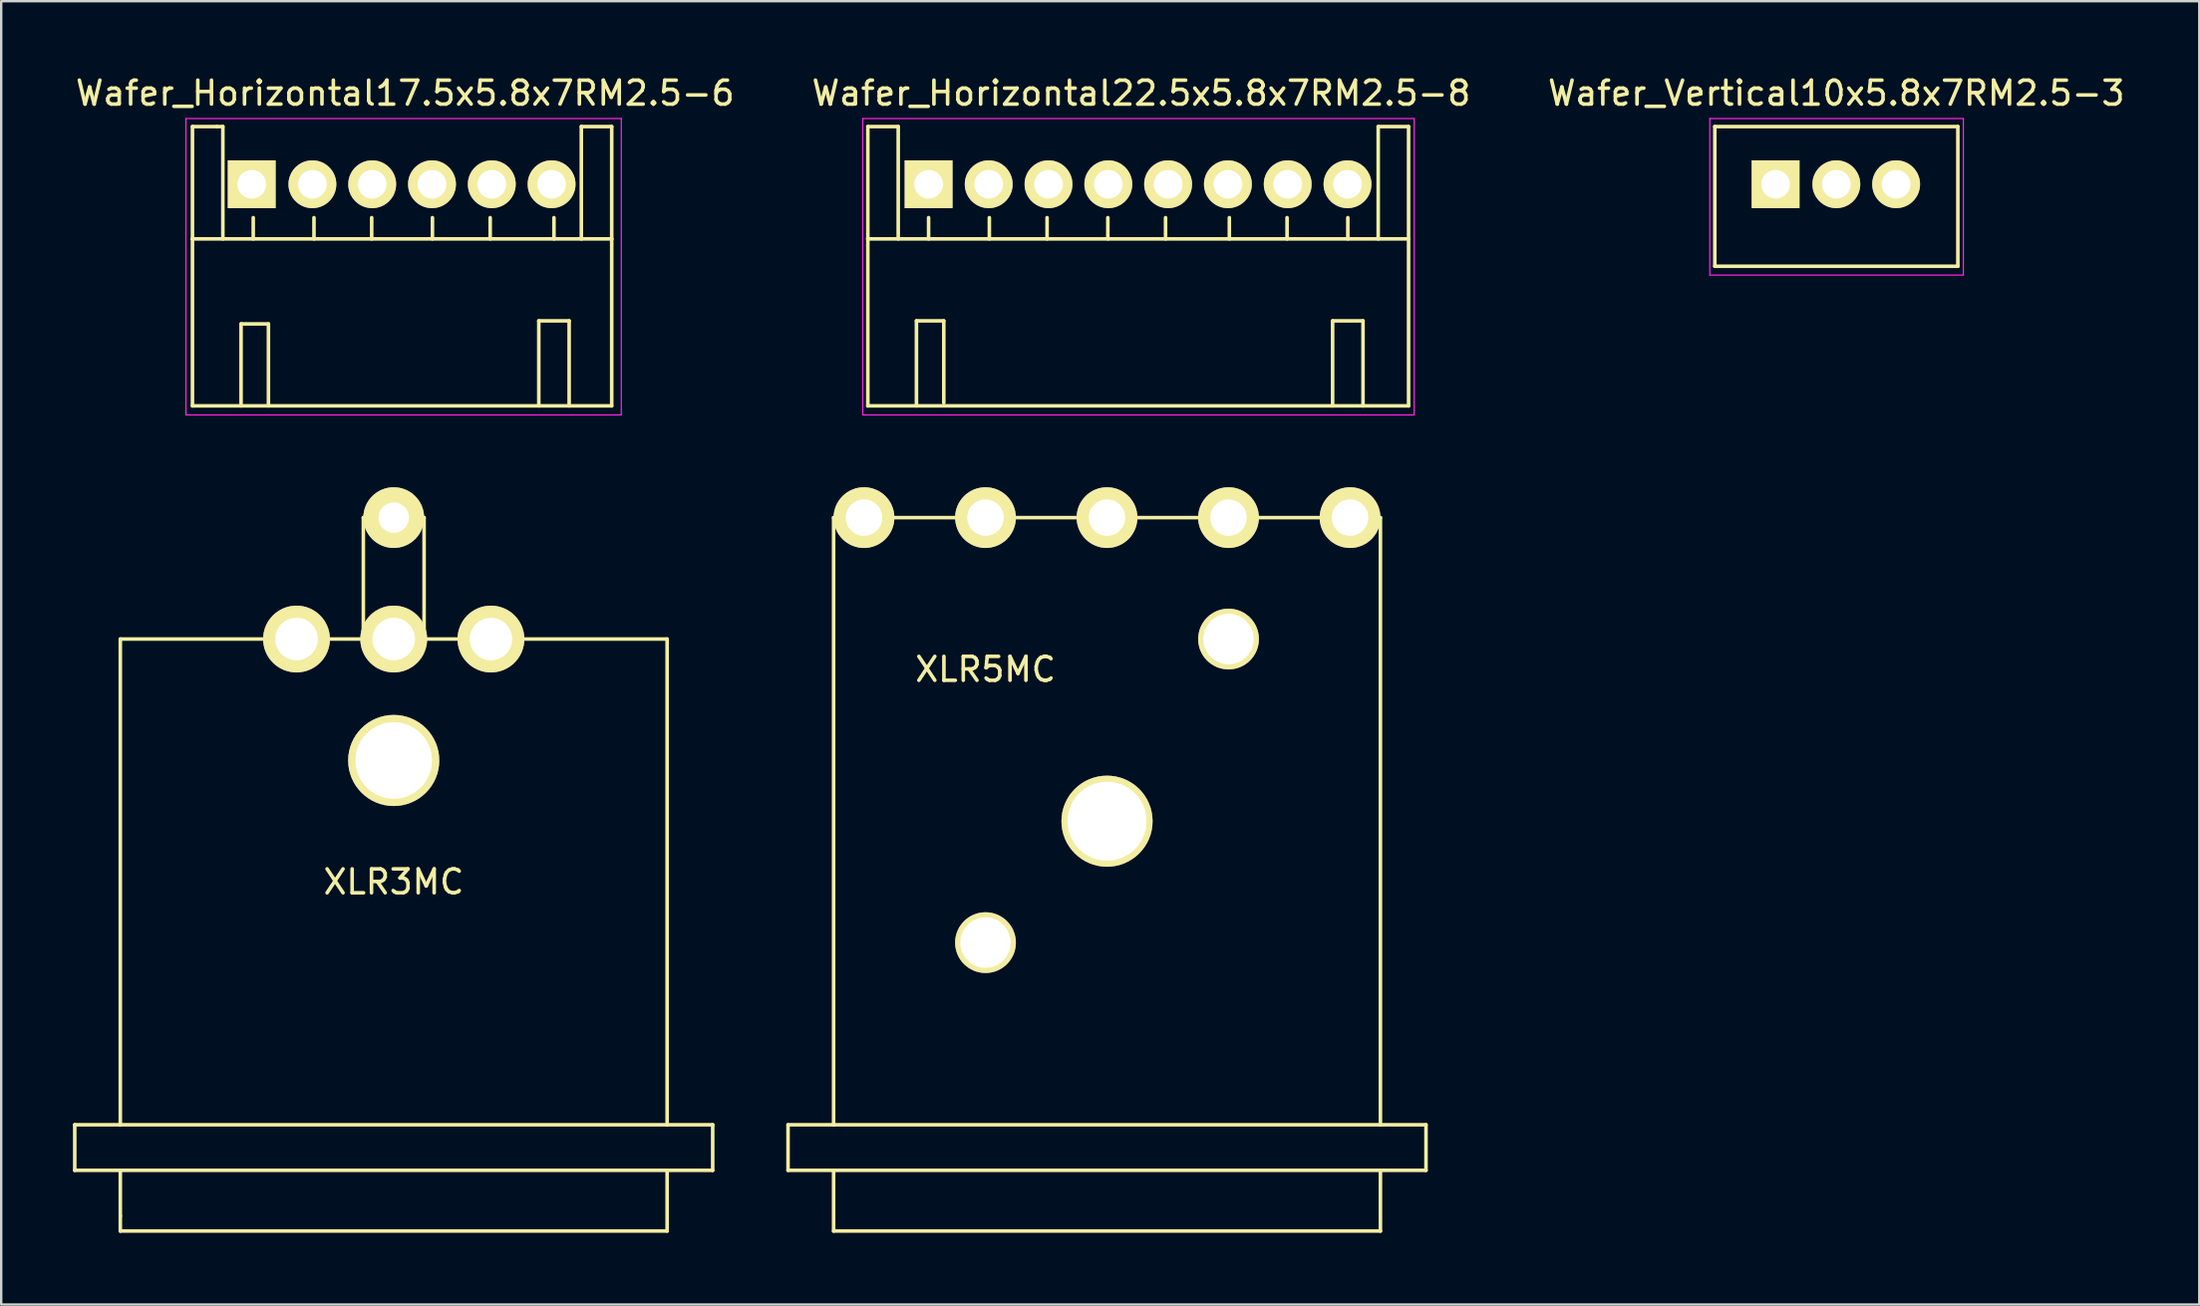
<source format=kicad_pcb>
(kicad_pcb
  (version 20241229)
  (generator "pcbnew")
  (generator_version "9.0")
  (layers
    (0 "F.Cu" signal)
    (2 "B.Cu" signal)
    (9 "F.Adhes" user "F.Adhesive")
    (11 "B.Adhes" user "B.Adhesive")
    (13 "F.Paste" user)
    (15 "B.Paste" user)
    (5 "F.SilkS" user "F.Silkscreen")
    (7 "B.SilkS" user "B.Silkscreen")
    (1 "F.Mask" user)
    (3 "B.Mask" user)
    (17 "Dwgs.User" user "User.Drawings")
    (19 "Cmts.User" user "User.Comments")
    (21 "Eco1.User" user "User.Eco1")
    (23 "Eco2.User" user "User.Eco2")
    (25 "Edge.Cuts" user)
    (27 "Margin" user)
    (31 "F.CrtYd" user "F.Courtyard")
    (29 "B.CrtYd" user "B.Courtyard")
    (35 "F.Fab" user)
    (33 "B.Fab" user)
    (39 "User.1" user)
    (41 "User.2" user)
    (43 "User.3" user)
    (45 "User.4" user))
  (footprint "Wafer_Vertical10x5.8x7RM2.5-3"
    (layer "F.Cu")
    (at 71.18 4.658)
    (property "Reference" "Wafer_Vertical10x5.8x7RM2.5-3" (at 2.54 -3.81 0) (layer "F.SilkS") (effects (font (size 1 1) (thickness 0.15))))
    (attr through_hole)
    (fp_line (start -2.54 -2.413) (end -2.54 3.429) (stroke (width 0.15) (type solid)) (layer "F.SilkS"))
    (fp_line (start -2.54 -2.413) (end 7.62 -2.413) (stroke (width 0.15) (type solid)) (layer "F.SilkS"))
    (fp_line (start 7.62 -2.413) (end 7.62 3.429) (stroke (width 0.15) (type solid)) (layer "F.SilkS"))
    (fp_line (start 7.62 3.429) (end -2.54 3.429) (stroke (width 0.15) (type solid)) (layer "F.SilkS"))
    (fp_line (start -2.75 -2.75) (end 7.85 -2.75) (stroke (width 0.05) (type solid)) (layer "F.CrtYd"))
    (fp_line (start -2.75 3.8) (end -2.75 -2.75) (stroke (width 0.05) (type solid)) (layer "F.CrtYd"))
    (fp_line (start 7.85 -2.75) (end 7.85 3.8) (stroke (width 0.05) (type solid)) (layer "F.CrtYd"))
    (fp_line (start 7.85 3.8) (end -2.75 3.8) (stroke (width 0.05) (type solid)) (layer "F.CrtYd"))
    (pad "1" thru_hole rect (at 0 0) (size 2 2) (drill 1.2) (layers "*.Cu" "*.Mask" "F.SilkS"))
    (pad "2" thru_hole circle (at 2.54 0) (size 2 2) (drill 1.2) (layers "*.Cu" "*.Mask" "F.SilkS"))
    (pad "3" thru_hole circle (at 5.04 0) (size 2 2) (drill 1.2) (layers "*.Cu" "*.Mask" "F.SilkS")))
  (footprint "XLR3MC"
    (layer "F.Cu")
    (at 13.41 23.683)
    (property "Reference" "XLR3MC" (at 0 10.16 0) (layer "F.SilkS") (effects (font (size 1 1) (thickness 0.15))))
    (attr through_hole)
    (fp_line (start -13.335 20.32) (end -13.335 22.225) (stroke (width 0.15) (type solid)) (layer "F.SilkS"))
    (fp_line (start -13.335 22.225) (end 13.335 22.225) (stroke (width 0.15) (type solid)) (layer "F.SilkS"))
    (fp_line (start -11.43 0) (end -11.43 20.32) (stroke (width 0.15) (type solid)) (layer "F.SilkS"))
    (fp_line (start -11.43 0) (end 11.43 0) (stroke (width 0.15) (type solid)) (layer "F.SilkS"))
    (fp_line (start -11.43 22.225) (end -11.43 24.13) (stroke (width 0.15) (type solid)) (layer "F.SilkS"))
    (fp_line (start -11.43 24.13) (end -11.43 24.765) (stroke (width 0.15) (type solid)) (layer "F.SilkS"))
    (fp_line (start -11.43 24.765) (end 11.43 24.765) (stroke (width 0.15) (type solid)) (layer "F.SilkS"))
    (fp_line (start -1.27 -5.08) (end 1.27 -5.08) (stroke (width 0.15) (type solid)) (layer "F.SilkS"))
    (fp_line (start -1.27 0) (end -1.27 -5.08) (stroke (width 0.15) (type solid)) (layer "F.SilkS"))
    (fp_line (start 1.27 -5.08) (end 1.27 0) (stroke (width 0.15) (type solid)) (layer "F.SilkS"))
    (fp_line (start 11.43 0) (end 11.43 20.32) (stroke (width 0.15) (type solid)) (layer "F.SilkS"))
    (fp_line (start 11.43 24.765) (end 11.43 22.225) (stroke (width 0.15) (type solid)) (layer "F.SilkS"))
    (fp_line (start 13.335 20.32) (end -13.335 20.32) (stroke (width 0.15) (type solid)) (layer "F.SilkS"))
    (fp_line (start 13.335 22.225) (end 13.335 20.32) (stroke (width 0.15) (type solid)) (layer "F.SilkS"))
    (pad "" thru_hole circle (at 0 5.08) (size 3.81 3.81) (drill 3.2) (layers "*.Cu" "*.Mask" "F.SilkS"))
    (pad "1" thru_hole circle (at -4.064 0) (size 2.794 2.794) (drill 1.778) (layers "*.Cu" "*.Mask" "F.SilkS"))
    (pad "2" thru_hole circle (at 4.064 0) (size 2.794 2.794) (drill 1.778) (layers "*.Cu" "*.Mask" "F.SilkS"))
    (pad "3" thru_hole circle (at 0 0) (size 2.794 2.794) (drill 1.778) (layers "*.Cu" "*.Mask" "F.SilkS"))
    (pad "4" thru_hole circle (at 0 -5.08) (size 2.54 2.54) (drill 1.27) (layers "*.Cu" "*.Mask" "F.SilkS")))
  (footprint "XLR5MC"
    (layer "F.Cu")
    (at 43.23 18.603)
    (property "Reference" "XLR5MC" (at -5.08 6.35 0) (layer "F.SilkS") (effects (font (size 1 1) (thickness 0.15))))
    (attr through_hole)
    (fp_line (start -13.335 25.4) (end 13.335 25.4) (stroke (width 0.15) (type solid)) (layer "F.SilkS"))
    (fp_line (start -13.335 27.305) (end -13.335 25.4) (stroke (width 0.15) (type solid)) (layer "F.SilkS"))
    (fp_line (start -11.43 0) (end 11.43 0) (stroke (width 0.15) (type solid)) (layer "F.SilkS"))
    (fp_line (start -11.43 25.4) (end -11.43 0) (stroke (width 0.15) (type solid)) (layer "F.SilkS"))
    (fp_line (start -11.43 29.845) (end -11.43 27.305) (stroke (width 0.15) (type solid)) (layer "F.SilkS"))
    (fp_line (start 11.43 25.4) (end 11.43 0) (stroke (width 0.15) (type solid)) (layer "F.SilkS"))
    (fp_line (start 11.43 27.305) (end 11.43 29.845) (stroke (width 0.15) (type solid)) (layer "F.SilkS"))
    (fp_line (start 11.43 29.845) (end -11.43 29.845) (stroke (width 0.15) (type solid)) (layer "F.SilkS"))
    (fp_line (start 13.335 27.305) (end -13.335 27.305) (stroke (width 0.15) (type solid)) (layer "F.SilkS"))
    (fp_line (start 13.335 27.305) (end 13.335 25.4) (stroke (width 0.15) (type solid)) (layer "F.SilkS"))
    (pad "" thru_hole circle (at -5.08 17.78) (size 2.54 2.54) (drill 2.108) (layers "*.Cu" "*.Mask" "F.SilkS"))
    (pad "" thru_hole circle (at 0 12.7) (size 3.81 3.81) (drill 3.302) (layers "*.Cu" "*.Mask" "F.SilkS"))
    (pad "" thru_hole circle (at 5.08 5.08) (size 2.54 2.54) (drill 2.108) (layers "*.Cu" "*.Mask" "F.SilkS"))
    (pad "1" thru_hole circle (at -10.16 0) (size 2.54 2.54) (drill 1.524) (layers "*.Cu" "*.Mask" "F.SilkS"))
    (pad "2" thru_hole circle (at -5.08 0) (size 2.54 2.54) (drill 1.524) (layers "*.Cu" "*.Mask" "F.SilkS"))
    (pad "3" thru_hole circle (at 0 0) (size 2.54 2.54) (drill 1.524) (layers "*.Cu" "*.Mask" "F.SilkS"))
    (pad "4" thru_hole circle (at 5.08 0) (size 2.54 2.54) (drill 1.524) (layers "*.Cu" "*.Mask" "F.SilkS"))
    (pad "5" thru_hole circle (at 10.16 0) (size 2.54 2.54) (drill 1.524) (layers "*.Cu" "*.Mask" "F.SilkS")))
  (footprint "Wafer_Horizontal17.5x5.8x7RM2.5-6"
    (layer "F.Cu")
    (at 7.473 4.658)
    (property "Reference" "Wafer_Horizontal17.5x5.8x7RM2.5-6" (at 6.413 -3.81 0) (layer "F.SilkS") (effects (font (size 1 1) (thickness 0.15))))
    (attr through_hole)
    (fp_line (start -2.477 -2.413) (end -1.46 -2.413) (stroke (width 0.15) (type solid)) (layer "F.SilkS"))
    (fp_line (start -2.477 2.286) (end -2.477 -2.413) (stroke (width 0.15) (type solid)) (layer "F.SilkS"))
    (fp_line (start -2.477 2.286) (end -2.477 9.271) (stroke (width 0.15) (type solid)) (layer "F.SilkS"))
    (fp_line (start -2.477 2.286) (end 15.05 2.286) (stroke (width 0.15) (type solid)) (layer "F.SilkS"))
    (fp_line (start -2.477 9.271) (end 15.05 9.271) (stroke (width 0.15) (type solid)) (layer "F.SilkS"))
    (fp_line (start -1.46 -2.413) (end -1.206 -2.413) (stroke (width 0.15) (type solid)) (layer "F.SilkS"))
    (fp_line (start -1.206 -2.413) (end -1.206 2.286) (stroke (width 0.15) (type solid)) (layer "F.SilkS"))
    (fp_line (start -0.445 5.842) (end -0.445 9.271) (stroke (width 0.15) (type solid)) (layer "F.SilkS"))
    (fp_line (start -0.445 5.842) (end 0.699 5.842) (stroke (width 0.15) (type solid)) (layer "F.SilkS"))
    (fp_line (start 0.064 2.286) (end 0.064 1.397) (stroke (width 0.15) (type solid)) (layer "F.SilkS"))
    (fp_line (start 0.699 5.842) (end 0.699 9.271) (stroke (width 0.15) (type solid)) (layer "F.SilkS"))
    (fp_line (start 2.603 2.286) (end 2.603 1.397) (stroke (width 0.15) (type solid)) (layer "F.SilkS"))
    (fp_line (start 5.016 2.286) (end 5.016 1.397) (stroke (width 0.15) (type solid)) (layer "F.SilkS"))
    (fp_line (start 7.556 2.286) (end 7.556 1.397) (stroke (width 0.15) (type solid)) (layer "F.SilkS"))
    (fp_line (start 9.97 2.286) (end 9.97 1.397) (stroke (width 0.15) (type solid)) (layer "F.SilkS"))
    (fp_line (start 12.002 5.715) (end 13.271 5.715) (stroke (width 0.15) (type solid)) (layer "F.SilkS"))
    (fp_line (start 12.002 9.271) (end 12.002 5.715) (stroke (width 0.15) (type solid)) (layer "F.SilkS"))
    (fp_line (start 12.636 2.286) (end 12.636 1.397) (stroke (width 0.15) (type solid)) (layer "F.SilkS"))
    (fp_line (start 13.271 5.715) (end 13.271 9.271) (stroke (width 0.15) (type solid)) (layer "F.SilkS"))
    (fp_line (start 13.78 -2.413) (end 13.78 2.286) (stroke (width 0.15) (type solid)) (layer "F.SilkS"))
    (fp_line (start 15.05 -2.413) (end 13.78 -2.413) (stroke (width 0.15) (type solid)) (layer "F.SilkS"))
    (fp_line (start 15.05 2.286) (end 15.05 -2.413) (stroke (width 0.15) (type solid)) (layer "F.SilkS"))
    (fp_line (start 15.05 2.286) (end 15.05 9.271) (stroke (width 0.15) (type solid)) (layer "F.SilkS"))
    (fp_line (start -2.75 -2.75) (end 15.45 -2.75) (stroke (width 0.05) (type solid)) (layer "F.CrtYd"))
    (fp_line (start -2.75 9.65) (end -2.75 -2.75) (stroke (width 0.05) (type solid)) (layer "F.CrtYd"))
    (fp_line (start 15.45 -2.75) (end 15.45 9.65) (stroke (width 0.05) (type solid)) (layer "F.CrtYd"))
    (fp_line (start 15.45 9.65) (end -2.75 9.65) (stroke (width 0.05) (type solid)) (layer "F.CrtYd"))
    (pad "1" thru_hole rect (at 0 0) (size 2 2) (drill 1.2) (layers "*.Cu" "*.Mask" "F.SilkS"))
    (pad "2" thru_hole circle (at 2.537 0) (size 2 2) (drill 1.2) (layers "*.Cu" "*.Mask" "F.SilkS"))
    (pad "3" thru_hole circle (at 5.037 0) (size 2 2) (drill 1.2) (layers "*.Cu" "*.Mask" "F.SilkS"))
    (pad "4" thru_hole circle (at 7.537 0) (size 2 2) (drill 1.2) (layers "*.Cu" "*.Mask" "F.SilkS"))
    (pad "5" thru_hole circle (at 10.037 0) (size 2 2) (drill 1.2) (layers "*.Cu" "*.Mask" "F.SilkS"))
    (pad "6" thru_hole circle (at 12.537 0) (size 2 2) (drill 1.2) (layers "*.Cu" "*.Mask" "F.SilkS")))
  (footprint "Wafer_Horizontal22.5x5.8x7RM2.5-8"
    (layer "F.Cu")
    (at 35.771 4.658)
    (property "Reference" "Wafer_Horizontal22.5x5.8x7RM2.5-8" (at 8.89 -3.81 0) (layer "F.SilkS") (effects (font (size 1 1) (thickness 0.15))))
    (attr through_hole)
    (fp_line (start -2.54 -2.413) (end -1.27 -2.413) (stroke (width 0.15) (type solid)) (layer "F.SilkS"))
    (fp_line (start -2.54 2.286) (end -2.54 -2.413) (stroke (width 0.15) (type solid)) (layer "F.SilkS"))
    (fp_line (start -2.54 2.286) (end 20.066 2.286) (stroke (width 0.15) (type solid)) (layer "F.SilkS"))
    (fp_line (start -2.54 9.271) (end -2.54 2.286) (stroke (width 0.15) (type solid)) (layer "F.SilkS"))
    (fp_line (start -2.54 9.271) (end 20.066 9.271) (stroke (width 0.15) (type solid)) (layer "F.SilkS"))
    (fp_line (start -1.27 -2.413) (end -1.27 2.286) (stroke (width 0.15) (type solid)) (layer "F.SilkS"))
    (fp_line (start -0.508 5.715) (end 0.635 5.715) (stroke (width 0.15) (type solid)) (layer "F.SilkS"))
    (fp_line (start -0.508 9.271) (end -0.508 5.715) (stroke (width 0.15) (type solid)) (layer "F.SilkS"))
    (fp_line (start 0 2.286) (end 0 1.397) (stroke (width 0.15) (type solid)) (layer "F.SilkS"))
    (fp_line (start 0.635 5.715) (end 0.635 9.144) (stroke (width 0.15) (type solid)) (layer "F.SilkS"))
    (fp_line (start 2.54 2.286) (end 2.54 1.397) (stroke (width 0.15) (type solid)) (layer "F.SilkS"))
    (fp_line (start 4.953 2.286) (end 4.953 1.397) (stroke (width 0.15) (type solid)) (layer "F.SilkS"))
    (fp_line (start 7.493 2.286) (end 7.493 1.397) (stroke (width 0.15) (type solid)) (layer "F.SilkS"))
    (fp_line (start 9.906 2.286) (end 9.906 1.397) (stroke (width 0.15) (type solid)) (layer "F.SilkS"))
    (fp_line (start 12.573 2.286) (end 12.573 1.397) (stroke (width 0.15) (type solid)) (layer "F.SilkS"))
    (fp_line (start 14.986 2.286) (end 14.986 1.397) (stroke (width 0.15) (type solid)) (layer "F.SilkS"))
    (fp_line (start 16.891 5.715) (end 18.161 5.715) (stroke (width 0.15) (type solid)) (layer "F.SilkS"))
    (fp_line (start 16.891 9.271) (end 16.891 5.715) (stroke (width 0.15) (type solid)) (layer "F.SilkS"))
    (fp_line (start 17.526 2.286) (end 17.526 1.397) (stroke (width 0.15) (type solid)) (layer "F.SilkS"))
    (fp_line (start 18.161 5.715) (end 18.161 9.271) (stroke (width 0.15) (type solid)) (layer "F.SilkS"))
    (fp_line (start 18.796 -2.413) (end 18.796 2.286) (stroke (width 0.15) (type solid)) (layer "F.SilkS"))
    (fp_line (start 20.066 -2.413) (end 18.796 -2.413) (stroke (width 0.15) (type solid)) (layer "F.SilkS"))
    (fp_line (start 20.066 2.286) (end 20.066 -2.413) (stroke (width 0.15) (type solid)) (layer "F.SilkS"))
    (fp_line (start 20.066 9.271) (end 20.066 2.286) (stroke (width 0.15) (type solid)) (layer "F.SilkS"))
    (fp_line (start -2.75 -2.75) (end 20.3 -2.75) (stroke (width 0.05) (type solid)) (layer "F.CrtYd"))
    (fp_line (start -2.75 9.65) (end -2.75 -2.75) (stroke (width 0.05) (type solid)) (layer "F.CrtYd"))
    (fp_line (start 20.3 -2.75) (end 20.3 9.65) (stroke (width 0.05) (type solid)) (layer "F.CrtYd"))
    (fp_line (start 20.3 9.65) (end -2.75 9.65) (stroke (width 0.05) (type solid)) (layer "F.CrtYd"))
    (pad "1" thru_hole rect (at 0 0) (size 2 2) (drill 1.2) (layers "*.Cu" "*.Mask" "F.SilkS"))
    (pad "2" thru_hole circle (at 2.513 0) (size 2 2) (drill 1.2) (layers "*.Cu" "*.Mask" "F.SilkS"))
    (pad "3" thru_hole circle (at 5.013 0) (size 2 2) (drill 1.2) (layers "*.Cu" "*.Mask" "F.SilkS"))
    (pad "4" thru_hole circle (at 7.513 0) (size 2 2) (drill 1.2) (layers "*.Cu" "*.Mask" "F.SilkS"))
    (pad "5" thru_hole circle (at 10.013 0) (size 2 2) (drill 1.2) (layers "*.Cu" "*.Mask" "F.SilkS"))
    (pad "6" thru_hole circle (at 12.513 0) (size 2 2) (drill 1.2) (layers "*.Cu" "*.Mask" "F.SilkS"))
    (pad "7" thru_hole circle (at 15.013 0) (size 2 2) (drill 1.2) (layers "*.Cu" "*.Mask" "F.SilkS"))
    (pad "8" thru_hole circle (at 17.513 0) (size 2 2) (drill 1.2) (layers "*.Cu" "*.Mask" "F.SilkS")))
  (gr_rect
    (start -3 -3)
    (end 88.893 51.523)
    (stroke (width 0.1) (type default))
    (fill no)
    (layer "Edge.Cuts")))
</source>
